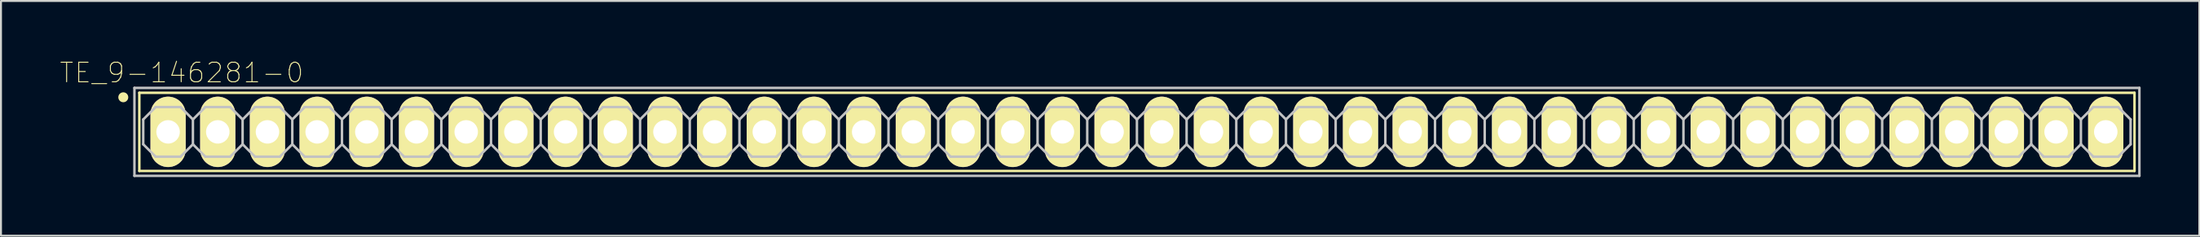
<source format=kicad_pcb>
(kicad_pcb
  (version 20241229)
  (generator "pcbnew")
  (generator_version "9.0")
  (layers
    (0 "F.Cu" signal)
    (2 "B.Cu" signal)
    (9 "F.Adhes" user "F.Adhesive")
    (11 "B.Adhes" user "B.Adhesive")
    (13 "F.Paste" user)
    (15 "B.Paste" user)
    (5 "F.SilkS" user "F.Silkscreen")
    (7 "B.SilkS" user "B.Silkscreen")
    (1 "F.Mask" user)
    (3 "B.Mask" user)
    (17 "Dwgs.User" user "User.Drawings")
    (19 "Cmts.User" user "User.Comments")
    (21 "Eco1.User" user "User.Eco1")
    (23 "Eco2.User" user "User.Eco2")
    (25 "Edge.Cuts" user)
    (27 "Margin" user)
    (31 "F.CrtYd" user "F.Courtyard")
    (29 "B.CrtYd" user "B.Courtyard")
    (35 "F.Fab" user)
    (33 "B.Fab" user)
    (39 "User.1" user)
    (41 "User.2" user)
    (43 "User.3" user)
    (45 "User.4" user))
  (footprint "TE_9-146281-0"
    (layer "F.Cu")
    (at 55.073 3.697)
    (property "Reference" "TE_9-146281-0" (at -48.836 -3.024 0) (layer "F.SilkS") (effects (font (size 1 1) (thickness 0.05))))
    (attr through_hole)
    (fp_line (start -51 -2) (end -51 2) (stroke (width 0.127) (type solid)) (layer "F.SilkS"))
    (fp_line (start -51 2) (end 51 2) (stroke (width 0.127) (type solid)) (layer "F.SilkS"))
    (fp_line (start 51 -2) (end -51 -2) (stroke (width 0.127) (type solid)) (layer "F.SilkS"))
    (fp_line (start 51 2) (end 51 -2) (stroke (width 0.127) (type solid)) (layer "F.SilkS"))
    (fp_circle (center -51.82 -1.77) (end -51.566 -1.77) (stroke (width 0) (type solid)) (fill yes) (layer "F.SilkS"))
    (fp_line (start -51.25 -2.25) (end -51.25 2.25) (stroke (width 0.127) (type solid)) (layer "Dwgs.User"))
    (fp_line (start -51.25 -2.25) (end 51.25 -2.25) (stroke (width 0.127) (type solid)) (layer "Dwgs.User"))
    (fp_line (start -50.8 -0.635) (end -50.8 0.635) (stroke (width 0.127) (type solid)) (layer "Dwgs.User"))
    (fp_line (start -50.8 0.635) (end -50.165 1.27) (stroke (width 0.127) (type solid)) (layer "Dwgs.User"))
    (fp_line (start -50.165 -1.27) (end -50.8 -0.635) (stroke (width 0.127) (type solid)) (layer "Dwgs.User"))
    (fp_line (start -50.165 -1.27) (end -48.895 -1.27) (stroke (width 0.127) (type solid)) (layer "Dwgs.User"))
    (fp_line (start -48.895 -1.27) (end -48.26 -0.635) (stroke (width 0.127) (type solid)) (layer "Dwgs.User"))
    (fp_line (start -48.895 1.27) (end -50.165 1.27) (stroke (width 0.127) (type solid)) (layer "Dwgs.User"))
    (fp_line (start -48.26 -0.635) (end -48.26 0.635) (stroke (width 0.127) (type solid)) (layer "Dwgs.User"))
    (fp_line (start -48.26 -0.635) (end -47.625 -1.27) (stroke (width 0.127) (type solid)) (layer "Dwgs.User"))
    (fp_line (start -48.26 0.635) (end -48.895 1.27) (stroke (width 0.127) (type solid)) (layer "Dwgs.User"))
    (fp_line (start -47.625 -1.27) (end -46.355 -1.27) (stroke (width 0.127) (type solid)) (layer "Dwgs.User"))
    (fp_line (start -47.625 1.27) (end -48.26 0.635) (stroke (width 0.127) (type solid)) (layer "Dwgs.User"))
    (fp_line (start -46.355 -1.27) (end -45.72 -0.635) (stroke (width 0.127) (type solid)) (layer "Dwgs.User"))
    (fp_line (start -46.355 1.27) (end -47.625 1.27) (stroke (width 0.127) (type solid)) (layer "Dwgs.User"))
    (fp_line (start -45.72 -0.635) (end -45.72 0.635) (stroke (width 0.127) (type solid)) (layer "Dwgs.User"))
    (fp_line (start -45.72 -0.635) (end -45.085 -1.27) (stroke (width 0.127) (type solid)) (layer "Dwgs.User"))
    (fp_line (start -45.72 0.635) (end -46.355 1.27) (stroke (width 0.127) (type solid)) (layer "Dwgs.User"))
    (fp_line (start -45.085 -1.27) (end -43.815 -1.27) (stroke (width 0.127) (type solid)) (layer "Dwgs.User"))
    (fp_line (start -45.085 1.27) (end -45.72 0.635) (stroke (width 0.127) (type solid)) (layer "Dwgs.User"))
    (fp_line (start -43.815 -1.27) (end -43.18 -0.635) (stroke (width 0.127) (type solid)) (layer "Dwgs.User"))
    (fp_line (start -43.815 1.27) (end -45.085 1.27) (stroke (width 0.127) (type solid)) (layer "Dwgs.User"))
    (fp_line (start -43.18 -0.635) (end -43.18 0.635) (stroke (width 0.127) (type solid)) (layer "Dwgs.User"))
    (fp_line (start -43.18 0.635) (end -43.815 1.27) (stroke (width 0.127) (type solid)) (layer "Dwgs.User"))
    (fp_line (start -43.18 0.635) (end -42.545 1.27) (stroke (width 0.127) (type solid)) (layer "Dwgs.User"))
    (fp_line (start -42.545 -1.27) (end -43.18 -0.635) (stroke (width 0.127) (type solid)) (layer "Dwgs.User"))
    (fp_line (start -42.545 -1.27) (end -41.275 -1.27) (stroke (width 0.127) (type solid)) (layer "Dwgs.User"))
    (fp_line (start -41.275 -1.27) (end -40.64 -0.635) (stroke (width 0.127) (type solid)) (layer "Dwgs.User"))
    (fp_line (start -41.275 1.27) (end -42.545 1.27) (stroke (width 0.127) (type solid)) (layer "Dwgs.User"))
    (fp_line (start -40.64 -0.635) (end -40.64 0.635) (stroke (width 0.127) (type solid)) (layer "Dwgs.User"))
    (fp_line (start -40.64 -0.635) (end -40.005 -1.27) (stroke (width 0.127) (type solid)) (layer "Dwgs.User"))
    (fp_line (start -40.64 0.635) (end -41.275 1.27) (stroke (width 0.127) (type solid)) (layer "Dwgs.User"))
    (fp_line (start -40.005 -1.27) (end -38.735 -1.27) (stroke (width 0.127) (type solid)) (layer "Dwgs.User"))
    (fp_line (start -40.005 1.27) (end -40.64 0.635) (stroke (width 0.127) (type solid)) (layer "Dwgs.User"))
    (fp_line (start -38.735 -1.27) (end -38.1 -0.635) (stroke (width 0.127) (type solid)) (layer "Dwgs.User"))
    (fp_line (start -38.735 1.27) (end -40.005 1.27) (stroke (width 0.127) (type solid)) (layer "Dwgs.User"))
    (fp_line (start -38.1 -0.635) (end -38.1 0.635) (stroke (width 0.127) (type solid)) (layer "Dwgs.User"))
    (fp_line (start -38.1 -0.635) (end -37.465 -1.27) (stroke (width 0.127) (type solid)) (layer "Dwgs.User"))
    (fp_line (start -38.1 0.635) (end -38.735 1.27) (stroke (width 0.127) (type solid)) (layer "Dwgs.User"))
    (fp_line (start -37.465 -1.27) (end -36.195 -1.27) (stroke (width 0.127) (type solid)) (layer "Dwgs.User"))
    (fp_line (start -37.465 1.27) (end -38.1 0.635) (stroke (width 0.127) (type solid)) (layer "Dwgs.User"))
    (fp_line (start -36.195 -1.27) (end -35.56 -0.635) (stroke (width 0.127) (type solid)) (layer "Dwgs.User"))
    (fp_line (start -36.195 1.27) (end -37.465 1.27) (stroke (width 0.127) (type solid)) (layer "Dwgs.User"))
    (fp_line (start -35.56 -0.635) (end -35.56 0.635) (stroke (width 0.127) (type solid)) (layer "Dwgs.User"))
    (fp_line (start -35.56 0.635) (end -36.195 1.27) (stroke (width 0.127) (type solid)) (layer "Dwgs.User"))
    (fp_line (start -35.56 0.635) (end -34.925 1.27) (stroke (width 0.127) (type solid)) (layer "Dwgs.User"))
    (fp_line (start -34.925 -1.27) (end -35.56 -0.635) (stroke (width 0.127) (type solid)) (layer "Dwgs.User"))
    (fp_line (start -34.925 -1.27) (end -33.655 -1.27) (stroke (width 0.127) (type solid)) (layer "Dwgs.User"))
    (fp_line (start -33.655 -1.27) (end -33.02 -0.635) (stroke (width 0.127) (type solid)) (layer "Dwgs.User"))
    (fp_line (start -33.655 1.27) (end -34.925 1.27) (stroke (width 0.127) (type solid)) (layer "Dwgs.User"))
    (fp_line (start -33.02 -0.635) (end -33.02 0.635) (stroke (width 0.127) (type solid)) (layer "Dwgs.User"))
    (fp_line (start -33.02 -0.635) (end -32.385 -1.27) (stroke (width 0.127) (type solid)) (layer "Dwgs.User"))
    (fp_line (start -33.02 0.635) (end -33.655 1.27) (stroke (width 0.127) (type solid)) (layer "Dwgs.User"))
    (fp_line (start -32.385 -1.27) (end -31.115 -1.27) (stroke (width 0.127) (type solid)) (layer "Dwgs.User"))
    (fp_line (start -32.385 1.27) (end -33.02 0.635) (stroke (width 0.127) (type solid)) (layer "Dwgs.User"))
    (fp_line (start -31.115 -1.27) (end -30.48 -0.635) (stroke (width 0.127) (type solid)) (layer "Dwgs.User"))
    (fp_line (start -31.115 1.27) (end -32.385 1.27) (stroke (width 0.127) (type solid)) (layer "Dwgs.User"))
    (fp_line (start -30.48 -0.635) (end -30.48 0.635) (stroke (width 0.127) (type solid)) (layer "Dwgs.User"))
    (fp_line (start -30.48 -0.635) (end -29.845 -1.27) (stroke (width 0.127) (type solid)) (layer "Dwgs.User"))
    (fp_line (start -30.48 0.635) (end -31.115 1.27) (stroke (width 0.127) (type solid)) (layer "Dwgs.User"))
    (fp_line (start -29.845 -1.27) (end -28.575 -1.27) (stroke (width 0.127) (type solid)) (layer "Dwgs.User"))
    (fp_line (start -29.845 1.27) (end -30.48 0.635) (stroke (width 0.127) (type solid)) (layer "Dwgs.User"))
    (fp_line (start -28.575 -1.27) (end -27.94 -0.635) (stroke (width 0.127) (type solid)) (layer "Dwgs.User"))
    (fp_line (start -28.575 1.27) (end -29.845 1.27) (stroke (width 0.127) (type solid)) (layer "Dwgs.User"))
    (fp_line (start -27.94 -0.635) (end -27.94 0.635) (stroke (width 0.127) (type solid)) (layer "Dwgs.User"))
    (fp_line (start -27.94 0.635) (end -28.575 1.27) (stroke (width 0.127) (type solid)) (layer "Dwgs.User"))
    (fp_line (start -27.94 0.635) (end -27.305 1.27) (stroke (width 0.127) (type solid)) (layer "Dwgs.User"))
    (fp_line (start -27.305 -1.27) (end -27.94 -0.635) (stroke (width 0.127) (type solid)) (layer "Dwgs.User"))
    (fp_line (start -27.305 -1.27) (end -26.035 -1.27) (stroke (width 0.127) (type solid)) (layer "Dwgs.User"))
    (fp_line (start -26.035 -1.27) (end -25.4 -0.635) (stroke (width 0.127) (type solid)) (layer "Dwgs.User"))
    (fp_line (start -26.035 1.27) (end -27.305 1.27) (stroke (width 0.127) (type solid)) (layer "Dwgs.User"))
    (fp_line (start -25.4 -0.635) (end -25.4 0.635) (stroke (width 0.127) (type solid)) (layer "Dwgs.User"))
    (fp_line (start -25.4 -0.635) (end -24.765 -1.27) (stroke (width 0.127) (type solid)) (layer "Dwgs.User"))
    (fp_line (start -25.4 0.635) (end -26.035 1.27) (stroke (width 0.127) (type solid)) (layer "Dwgs.User"))
    (fp_line (start -24.765 -1.27) (end -23.495 -1.27) (stroke (width 0.127) (type solid)) (layer "Dwgs.User"))
    (fp_line (start -24.765 1.27) (end -25.4 0.635) (stroke (width 0.127) (type solid)) (layer "Dwgs.User"))
    (fp_line (start -23.495 -1.27) (end -22.86 -0.635) (stroke (width 0.127) (type solid)) (layer "Dwgs.User"))
    (fp_line (start -23.495 1.27) (end -24.765 1.27) (stroke (width 0.127) (type solid)) (layer "Dwgs.User"))
    (fp_line (start -22.86 -0.635) (end -22.86 0.635) (stroke (width 0.127) (type solid)) (layer "Dwgs.User"))
    (fp_line (start -22.86 -0.635) (end -22.225 -1.27) (stroke (width 0.127) (type solid)) (layer "Dwgs.User"))
    (fp_line (start -22.86 0.635) (end -23.495 1.27) (stroke (width 0.127) (type solid)) (layer "Dwgs.User"))
    (fp_line (start -22.225 -1.27) (end -20.955 -1.27) (stroke (width 0.127) (type solid)) (layer "Dwgs.User"))
    (fp_line (start -22.225 1.27) (end -22.86 0.635) (stroke (width 0.127) (type solid)) (layer "Dwgs.User"))
    (fp_line (start -20.955 -1.27) (end -20.32 -0.635) (stroke (width 0.127) (type solid)) (layer "Dwgs.User"))
    (fp_line (start -20.955 1.27) (end -22.225 1.27) (stroke (width 0.127) (type solid)) (layer "Dwgs.User"))
    (fp_line (start -20.32 -0.635) (end -20.32 0.635) (stroke (width 0.127) (type solid)) (layer "Dwgs.User"))
    (fp_line (start -20.32 0.635) (end -20.955 1.27) (stroke (width 0.127) (type solid)) (layer "Dwgs.User"))
    (fp_line (start -20.32 0.635) (end -19.685 1.27) (stroke (width 0.127) (type solid)) (layer "Dwgs.User"))
    (fp_line (start -19.685 -1.27) (end -20.32 -0.635) (stroke (width 0.127) (type solid)) (layer "Dwgs.User"))
    (fp_line (start -19.685 -1.27) (end -18.415 -1.27) (stroke (width 0.127) (type solid)) (layer "Dwgs.User"))
    (fp_line (start -18.415 -1.27) (end -17.78 -0.635) (stroke (width 0.127) (type solid)) (layer "Dwgs.User"))
    (fp_line (start -18.415 1.27) (end -19.685 1.27) (stroke (width 0.127) (type solid)) (layer "Dwgs.User"))
    (fp_line (start -17.78 -0.635) (end -17.78 0.635) (stroke (width 0.127) (type solid)) (layer "Dwgs.User"))
    (fp_line (start -17.78 -0.635) (end -17.145 -1.27) (stroke (width 0.127) (type solid)) (layer "Dwgs.User"))
    (fp_line (start -17.78 0.635) (end -18.415 1.27) (stroke (width 0.127) (type solid)) (layer "Dwgs.User"))
    (fp_line (start -17.145 -1.27) (end -15.875 -1.27) (stroke (width 0.127) (type solid)) (layer "Dwgs.User"))
    (fp_line (start -17.145 1.27) (end -17.78 0.635) (stroke (width 0.127) (type solid)) (layer "Dwgs.User"))
    (fp_line (start -15.875 -1.27) (end -15.24 -0.635) (stroke (width 0.127) (type solid)) (layer "Dwgs.User"))
    (fp_line (start -15.875 1.27) (end -17.145 1.27) (stroke (width 0.127) (type solid)) (layer "Dwgs.User"))
    (fp_line (start -15.24 -0.635) (end -15.24 0.635) (stroke (width 0.127) (type solid)) (layer "Dwgs.User"))
    (fp_line (start -15.24 -0.635) (end -14.605 -1.27) (stroke (width 0.127) (type solid)) (layer "Dwgs.User"))
    (fp_line (start -15.24 0.635) (end -15.875 1.27) (stroke (width 0.127) (type solid)) (layer "Dwgs.User"))
    (fp_line (start -14.605 -1.27) (end -13.335 -1.27) (stroke (width 0.127) (type solid)) (layer "Dwgs.User"))
    (fp_line (start -14.605 1.27) (end -15.24 0.635) (stroke (width 0.127) (type solid)) (layer "Dwgs.User"))
    (fp_line (start -13.335 -1.27) (end -12.7 -0.635) (stroke (width 0.127) (type solid)) (layer "Dwgs.User"))
    (fp_line (start -13.335 1.27) (end -14.605 1.27) (stroke (width 0.127) (type solid)) (layer "Dwgs.User"))
    (fp_line (start -12.7 -0.635) (end -12.7 0.635) (stroke (width 0.127) (type solid)) (layer "Dwgs.User"))
    (fp_line (start -12.7 0.635) (end -13.335 1.27) (stroke (width 0.127) (type solid)) (layer "Dwgs.User"))
    (fp_line (start -12.7 0.635) (end -12.065 1.27) (stroke (width 0.127) (type solid)) (layer "Dwgs.User"))
    (fp_line (start -12.065 -1.27) (end -12.7 -0.635) (stroke (width 0.127) (type solid)) (layer "Dwgs.User"))
    (fp_line (start -12.065 -1.27) (end -10.795 -1.27) (stroke (width 0.127) (type solid)) (layer "Dwgs.User"))
    (fp_line (start -10.795 -1.27) (end -10.16 -0.635) (stroke (width 0.127) (type solid)) (layer "Dwgs.User"))
    (fp_line (start -10.795 1.27) (end -12.065 1.27) (stroke (width 0.127) (type solid)) (layer "Dwgs.User"))
    (fp_line (start -10.16 -0.635) (end -10.16 0.635) (stroke (width 0.127) (type solid)) (layer "Dwgs.User"))
    (fp_line (start -10.16 -0.635) (end -9.525 -1.27) (stroke (width 0.127) (type solid)) (layer "Dwgs.User"))
    (fp_line (start -10.16 0.635) (end -10.795 1.27) (stroke (width 0.127) (type solid)) (layer "Dwgs.User"))
    (fp_line (start -9.525 -1.27) (end -8.255 -1.27) (stroke (width 0.127) (type solid)) (layer "Dwgs.User"))
    (fp_line (start -9.525 1.27) (end -10.16 0.635) (stroke (width 0.127) (type solid)) (layer "Dwgs.User"))
    (fp_line (start -8.255 -1.27) (end -7.62 -0.635) (stroke (width 0.127) (type solid)) (layer "Dwgs.User"))
    (fp_line (start -8.255 1.27) (end -9.525 1.27) (stroke (width 0.127) (type solid)) (layer "Dwgs.User"))
    (fp_line (start -7.62 -0.635) (end -7.62 0.635) (stroke (width 0.127) (type solid)) (layer "Dwgs.User"))
    (fp_line (start -7.62 -0.635) (end -6.985 -1.27) (stroke (width 0.127) (type solid)) (layer "Dwgs.User"))
    (fp_line (start -7.62 0.635) (end -8.255 1.27) (stroke (width 0.127) (type solid)) (layer "Dwgs.User"))
    (fp_line (start -6.985 -1.27) (end -5.715 -1.27) (stroke (width 0.127) (type solid)) (layer "Dwgs.User"))
    (fp_line (start -6.985 1.27) (end -7.62 0.635) (stroke (width 0.127) (type solid)) (layer "Dwgs.User"))
    (fp_line (start -5.715 -1.27) (end -5.08 -0.635) (stroke (width 0.127) (type solid)) (layer "Dwgs.User"))
    (fp_line (start -5.715 1.27) (end -6.985 1.27) (stroke (width 0.127) (type solid)) (layer "Dwgs.User"))
    (fp_line (start -5.08 -0.635) (end -5.08 0.635) (stroke (width 0.127) (type solid)) (layer "Dwgs.User"))
    (fp_line (start -5.08 0.635) (end -5.715 1.27) (stroke (width 0.127) (type solid)) (layer "Dwgs.User"))
    (fp_line (start -5.08 0.635) (end -4.445 1.27) (stroke (width 0.127) (type solid)) (layer "Dwgs.User"))
    (fp_line (start -4.445 -1.27) (end -5.08 -0.635) (stroke (width 0.127) (type solid)) (layer "Dwgs.User"))
    (fp_line (start -4.445 -1.27) (end -3.175 -1.27) (stroke (width 0.127) (type solid)) (layer "Dwgs.User"))
    (fp_line (start -3.175 -1.27) (end -2.54 -0.635) (stroke (width 0.127) (type solid)) (layer "Dwgs.User"))
    (fp_line (start -3.175 1.27) (end -4.445 1.27) (stroke (width 0.127) (type solid)) (layer "Dwgs.User"))
    (fp_line (start -2.54 -0.635) (end -2.54 0.635) (stroke (width 0.127) (type solid)) (layer "Dwgs.User"))
    (fp_line (start -2.54 0.635) (end -3.175 1.27) (stroke (width 0.127) (type solid)) (layer "Dwgs.User"))
    (fp_line (start -2.54 0.635) (end -1.905 1.27) (stroke (width 0.127) (type solid)) (layer "Dwgs.User"))
    (fp_line (start -1.905 -1.27) (end -2.54 -0.635) (stroke (width 0.127) (type solid)) (layer "Dwgs.User"))
    (fp_line (start -1.905 -1.27) (end -0.635 -1.27) (stroke (width 0.127) (type solid)) (layer "Dwgs.User"))
    (fp_line (start -0.635 -1.27) (end 0 -0.635) (stroke (width 0.127) (type solid)) (layer "Dwgs.User"))
    (fp_line (start -0.635 1.27) (end -1.905 1.27) (stroke (width 0.127) (type solid)) (layer "Dwgs.User"))
    (fp_line (start 0 -0.635) (end 0 0.635) (stroke (width 0.127) (type solid)) (layer "Dwgs.User"))
    (fp_line (start 0 0.635) (end -0.635 1.27) (stroke (width 0.127) (type solid)) (layer "Dwgs.User"))
    (fp_line (start 0 0.635) (end 0.635 1.27) (stroke (width 0.127) (type solid)) (layer "Dwgs.User"))
    (fp_line (start 0.635 -1.27) (end 0 -0.635) (stroke (width 0.127) (type solid)) (layer "Dwgs.User"))
    (fp_line (start 0.635 -1.27) (end 1.905 -1.27) (stroke (width 0.127) (type solid)) (layer "Dwgs.User"))
    (fp_line (start 1.905 -1.27) (end 2.54 -0.635) (stroke (width 0.127) (type solid)) (layer "Dwgs.User"))
    (fp_line (start 1.905 1.27) (end 0.635 1.27) (stroke (width 0.127) (type solid)) (layer "Dwgs.User"))
    (fp_line (start 2.54 -0.635) (end 2.54 0.635) (stroke (width 0.127) (type solid)) (layer "Dwgs.User"))
    (fp_line (start 2.54 0.635) (end 1.905 1.27) (stroke (width 0.127) (type solid)) (layer "Dwgs.User"))
    (fp_line (start 2.54 0.635) (end 3.175 1.27) (stroke (width 0.127) (type solid)) (layer "Dwgs.User"))
    (fp_line (start 3.175 -1.27) (end 2.54 -0.635) (stroke (width 0.127) (type solid)) (layer "Dwgs.User"))
    (fp_line (start 3.175 -1.27) (end 4.445 -1.27) (stroke (width 0.127) (type solid)) (layer "Dwgs.User"))
    (fp_line (start 4.445 -1.27) (end 5.08 -0.635) (stroke (width 0.127) (type solid)) (layer "Dwgs.User"))
    (fp_line (start 4.445 1.27) (end 3.175 1.27) (stroke (width 0.127) (type solid)) (layer "Dwgs.User"))
    (fp_line (start 5.08 -0.635) (end 5.08 0.635) (stroke (width 0.127) (type solid)) (layer "Dwgs.User"))
    (fp_line (start 5.08 0.635) (end 4.445 1.27) (stroke (width 0.127) (type solid)) (layer "Dwgs.User"))
    (fp_line (start 5.08 0.635) (end 5.715 1.27) (stroke (width 0.127) (type solid)) (layer "Dwgs.User"))
    (fp_line (start 5.715 -1.27) (end 5.08 -0.635) (stroke (width 0.127) (type solid)) (layer "Dwgs.User"))
    (fp_line (start 5.715 -1.27) (end 6.985 -1.27) (stroke (width 0.127) (type solid)) (layer "Dwgs.User"))
    (fp_line (start 6.985 -1.27) (end 7.62 -0.635) (stroke (width 0.127) (type solid)) (layer "Dwgs.User"))
    (fp_line (start 6.985 1.27) (end 5.715 1.27) (stroke (width 0.127) (type solid)) (layer "Dwgs.User"))
    (fp_line (start 7.62 -0.635) (end 7.62 0.635) (stroke (width 0.127) (type solid)) (layer "Dwgs.User"))
    (fp_line (start 7.62 0.635) (end 6.985 1.27) (stroke (width 0.127) (type solid)) (layer "Dwgs.User"))
    (fp_line (start 7.62 0.635) (end 8.255 1.27) (stroke (width 0.127) (type solid)) (layer "Dwgs.User"))
    (fp_line (start 8.255 -1.27) (end 7.62 -0.635) (stroke (width 0.127) (type solid)) (layer "Dwgs.User"))
    (fp_line (start 8.255 -1.27) (end 9.525 -1.27) (stroke (width 0.127) (type solid)) (layer "Dwgs.User"))
    (fp_line (start 9.525 -1.27) (end 10.16 -0.635) (stroke (width 0.127) (type solid)) (layer "Dwgs.User"))
    (fp_line (start 9.525 1.27) (end 8.255 1.27) (stroke (width 0.127) (type solid)) (layer "Dwgs.User"))
    (fp_line (start 10.16 -0.635) (end 10.16 0.635) (stroke (width 0.127) (type solid)) (layer "Dwgs.User"))
    (fp_line (start 10.16 0.635) (end 9.525 1.27) (stroke (width 0.127) (type solid)) (layer "Dwgs.User"))
    (fp_line (start 10.16 0.635) (end 10.795 1.27) (stroke (width 0.127) (type solid)) (layer "Dwgs.User"))
    (fp_line (start 10.795 -1.27) (end 10.16 -0.635) (stroke (width 0.127) (type solid)) (layer "Dwgs.User"))
    (fp_line (start 10.795 -1.27) (end 12.065 -1.27) (stroke (width 0.127) (type solid)) (layer "Dwgs.User"))
    (fp_line (start 12.065 -1.27) (end 12.7 -0.635) (stroke (width 0.127) (type solid)) (layer "Dwgs.User"))
    (fp_line (start 12.065 1.27) (end 10.795 1.27) (stroke (width 0.127) (type solid)) (layer "Dwgs.User"))
    (fp_line (start 12.7 -0.635) (end 12.7 0.635) (stroke (width 0.127) (type solid)) (layer "Dwgs.User"))
    (fp_line (start 12.7 0.635) (end 12.065 1.27) (stroke (width 0.127) (type solid)) (layer "Dwgs.User"))
    (fp_line (start 12.7 0.635) (end 13.335 1.27) (stroke (width 0.127) (type solid)) (layer "Dwgs.User"))
    (fp_line (start 13.335 -1.27) (end 12.7 -0.635) (stroke (width 0.127) (type solid)) (layer "Dwgs.User"))
    (fp_line (start 13.335 -1.27) (end 14.605 -1.27) (stroke (width 0.127) (type solid)) (layer "Dwgs.User"))
    (fp_line (start 14.605 -1.27) (end 15.24 -0.635) (stroke (width 0.127) (type solid)) (layer "Dwgs.User"))
    (fp_line (start 14.605 1.27) (end 13.335 1.27) (stroke (width 0.127) (type solid)) (layer "Dwgs.User"))
    (fp_line (start 15.24 -0.635) (end 15.24 0.635) (stroke (width 0.127) (type solid)) (layer "Dwgs.User"))
    (fp_line (start 15.24 0.635) (end 14.605 1.27) (stroke (width 0.127) (type solid)) (layer "Dwgs.User"))
    (fp_line (start 15.24 0.635) (end 15.875 1.27) (stroke (width 0.127) (type solid)) (layer "Dwgs.User"))
    (fp_line (start 15.875 -1.27) (end 15.24 -0.635) (stroke (width 0.127) (type solid)) (layer "Dwgs.User"))
    (fp_line (start 15.875 -1.27) (end 17.145 -1.27) (stroke (width 0.127) (type solid)) (layer "Dwgs.User"))
    (fp_line (start 17.145 -1.27) (end 17.78 -0.635) (stroke (width 0.127) (type solid)) (layer "Dwgs.User"))
    (fp_line (start 17.145 1.27) (end 15.875 1.27) (stroke (width 0.127) (type solid)) (layer "Dwgs.User"))
    (fp_line (start 17.78 -0.635) (end 17.78 0.635) (stroke (width 0.127) (type solid)) (layer "Dwgs.User"))
    (fp_line (start 17.78 0.635) (end 17.145 1.27) (stroke (width 0.127) (type solid)) (layer "Dwgs.User"))
    (fp_line (start 17.78 0.635) (end 18.415 1.27) (stroke (width 0.127) (type solid)) (layer "Dwgs.User"))
    (fp_line (start 18.415 -1.27) (end 17.78 -0.635) (stroke (width 0.127) (type solid)) (layer "Dwgs.User"))
    (fp_line (start 18.415 -1.27) (end 19.685 -1.27) (stroke (width 0.127) (type solid)) (layer "Dwgs.User"))
    (fp_line (start 19.685 -1.27) (end 20.32 -0.635) (stroke (width 0.127) (type solid)) (layer "Dwgs.User"))
    (fp_line (start 19.685 1.27) (end 18.415 1.27) (stroke (width 0.127) (type solid)) (layer "Dwgs.User"))
    (fp_line (start 20.32 -0.635) (end 20.32 0.635) (stroke (width 0.127) (type solid)) (layer "Dwgs.User"))
    (fp_line (start 20.32 0.635) (end 19.685 1.27) (stroke (width 0.127) (type solid)) (layer "Dwgs.User"))
    (fp_line (start 20.32 0.635) (end 20.955 1.27) (stroke (width 0.127) (type solid)) (layer "Dwgs.User"))
    (fp_line (start 20.955 -1.27) (end 20.32 -0.635) (stroke (width 0.127) (type solid)) (layer "Dwgs.User"))
    (fp_line (start 20.955 -1.27) (end 22.225 -1.27) (stroke (width 0.127) (type solid)) (layer "Dwgs.User"))
    (fp_line (start 22.225 -1.27) (end 22.86 -0.635) (stroke (width 0.127) (type solid)) (layer "Dwgs.User"))
    (fp_line (start 22.225 1.27) (end 20.955 1.27) (stroke (width 0.127) (type solid)) (layer "Dwgs.User"))
    (fp_line (start 22.86 -0.635) (end 22.86 0.635) (stroke (width 0.127) (type solid)) (layer "Dwgs.User"))
    (fp_line (start 22.86 0.635) (end 22.225 1.27) (stroke (width 0.127) (type solid)) (layer "Dwgs.User"))
    (fp_line (start 22.86 0.635) (end 23.495 1.27) (stroke (width 0.127) (type solid)) (layer "Dwgs.User"))
    (fp_line (start 23.495 -1.27) (end 22.86 -0.635) (stroke (width 0.127) (type solid)) (layer "Dwgs.User"))
    (fp_line (start 23.495 -1.27) (end 24.765 -1.27) (stroke (width 0.127) (type solid)) (layer "Dwgs.User"))
    (fp_line (start 24.765 -1.27) (end 25.4 -0.635) (stroke (width 0.127) (type solid)) (layer "Dwgs.User"))
    (fp_line (start 24.765 1.27) (end 23.495 1.27) (stroke (width 0.127) (type solid)) (layer "Dwgs.User"))
    (fp_line (start 25.4 -0.635) (end 25.4 0.635) (stroke (width 0.127) (type solid)) (layer "Dwgs.User"))
    (fp_line (start 25.4 0.635) (end 24.765 1.27) (stroke (width 0.127) (type solid)) (layer "Dwgs.User"))
    (fp_line (start 25.4 0.635) (end 26.035 1.27) (stroke (width 0.127) (type solid)) (layer "Dwgs.User"))
    (fp_line (start 26.035 -1.27) (end 25.4 -0.635) (stroke (width 0.127) (type solid)) (layer "Dwgs.User"))
    (fp_line (start 26.035 -1.27) (end 27.305 -1.27) (stroke (width 0.127) (type solid)) (layer "Dwgs.User"))
    (fp_line (start 27.305 -1.27) (end 27.94 -0.635) (stroke (width 0.127) (type solid)) (layer "Dwgs.User"))
    (fp_line (start 27.305 1.27) (end 26.035 1.27) (stroke (width 0.127) (type solid)) (layer "Dwgs.User"))
    (fp_line (start 27.94 -0.635) (end 27.94 0.635) (stroke (width 0.127) (type solid)) (layer "Dwgs.User"))
    (fp_line (start 27.94 -0.635) (end 28.575 -1.27) (stroke (width 0.127) (type solid)) (layer "Dwgs.User"))
    (fp_line (start 27.94 0.635) (end 27.305 1.27) (stroke (width 0.127) (type solid)) (layer "Dwgs.User"))
    (fp_line (start 28.575 -1.27) (end 29.845 -1.27) (stroke (width 0.127) (type solid)) (layer "Dwgs.User"))
    (fp_line (start 28.575 1.27) (end 27.94 0.635) (stroke (width 0.127) (type solid)) (layer "Dwgs.User"))
    (fp_line (start 29.845 -1.27) (end 30.48 -0.635) (stroke (width 0.127) (type solid)) (layer "Dwgs.User"))
    (fp_line (start 29.845 1.27) (end 28.575 1.27) (stroke (width 0.127) (type solid)) (layer "Dwgs.User"))
    (fp_line (start 30.48 -0.635) (end 30.48 0.635) (stroke (width 0.127) (type solid)) (layer "Dwgs.User"))
    (fp_line (start 30.48 -0.635) (end 31.115 -1.27) (stroke (width 0.127) (type solid)) (layer "Dwgs.User"))
    (fp_line (start 30.48 0.635) (end 29.845 1.27) (stroke (width 0.127) (type solid)) (layer "Dwgs.User"))
    (fp_line (start 31.115 -1.27) (end 32.385 -1.27) (stroke (width 0.127) (type solid)) (layer "Dwgs.User"))
    (fp_line (start 31.115 1.27) (end 30.48 0.635) (stroke (width 0.127) (type solid)) (layer "Dwgs.User"))
    (fp_line (start 32.385 -1.27) (end 33.02 -0.635) (stroke (width 0.127) (type solid)) (layer "Dwgs.User"))
    (fp_line (start 32.385 1.27) (end 31.115 1.27) (stroke (width 0.127) (type solid)) (layer "Dwgs.User"))
    (fp_line (start 33.02 -0.635) (end 33.02 0.635) (stroke (width 0.127) (type solid)) (layer "Dwgs.User"))
    (fp_line (start 33.02 0.635) (end 32.385 1.27) (stroke (width 0.127) (type solid)) (layer "Dwgs.User"))
    (fp_line (start 33.02 0.635) (end 33.655 1.27) (stroke (width 0.127) (type solid)) (layer "Dwgs.User"))
    (fp_line (start 33.655 -1.27) (end 33.02 -0.635) (stroke (width 0.127) (type solid)) (layer "Dwgs.User"))
    (fp_line (start 33.655 -1.27) (end 34.925 -1.27) (stroke (width 0.127) (type solid)) (layer "Dwgs.User"))
    (fp_line (start 34.925 -1.27) (end 35.56 -0.635) (stroke (width 0.127) (type solid)) (layer "Dwgs.User"))
    (fp_line (start 34.925 1.27) (end 33.655 1.27) (stroke (width 0.127) (type solid)) (layer "Dwgs.User"))
    (fp_line (start 35.56 -0.635) (end 35.56 0.635) (stroke (width 0.127) (type solid)) (layer "Dwgs.User"))
    (fp_line (start 35.56 -0.635) (end 36.195 -1.27) (stroke (width 0.127) (type solid)) (layer "Dwgs.User"))
    (fp_line (start 35.56 0.635) (end 34.925 1.27) (stroke (width 0.127) (type solid)) (layer "Dwgs.User"))
    (fp_line (start 36.195 -1.27) (end 37.465 -1.27) (stroke (width 0.127) (type solid)) (layer "Dwgs.User"))
    (fp_line (start 36.195 1.27) (end 35.56 0.635) (stroke (width 0.127) (type solid)) (layer "Dwgs.User"))
    (fp_line (start 37.465 -1.27) (end 38.1 -0.635) (stroke (width 0.127) (type solid)) (layer "Dwgs.User"))
    (fp_line (start 37.465 1.27) (end 36.195 1.27) (stroke (width 0.127) (type solid)) (layer "Dwgs.User"))
    (fp_line (start 38.1 -0.635) (end 38.1 0.635) (stroke (width 0.127) (type solid)) (layer "Dwgs.User"))
    (fp_line (start 38.1 -0.635) (end 38.735 -1.27) (stroke (width 0.127) (type solid)) (layer "Dwgs.User"))
    (fp_line (start 38.1 0.635) (end 37.465 1.27) (stroke (width 0.127) (type solid)) (layer "Dwgs.User"))
    (fp_line (start 38.735 -1.27) (end 40.005 -1.27) (stroke (width 0.127) (type solid)) (layer "Dwgs.User"))
    (fp_line (start 38.735 1.27) (end 38.1 0.635) (stroke (width 0.127) (type solid)) (layer "Dwgs.User"))
    (fp_line (start 40.005 -1.27) (end 40.64 -0.635) (stroke (width 0.127) (type solid)) (layer "Dwgs.User"))
    (fp_line (start 40.005 1.27) (end 38.735 1.27) (stroke (width 0.127) (type solid)) (layer "Dwgs.User"))
    (fp_line (start 40.64 -0.635) (end 40.64 0.635) (stroke (width 0.127) (type solid)) (layer "Dwgs.User"))
    (fp_line (start 40.64 0.635) (end 40.005 1.27) (stroke (width 0.127) (type solid)) (layer "Dwgs.User"))
    (fp_line (start 40.64 0.635) (end 41.275 1.27) (stroke (width 0.127) (type solid)) (layer "Dwgs.User"))
    (fp_line (start 41.275 -1.27) (end 40.64 -0.635) (stroke (width 0.127) (type solid)) (layer "Dwgs.User"))
    (fp_line (start 41.275 -1.27) (end 42.545 -1.27) (stroke (width 0.127) (type solid)) (layer "Dwgs.User"))
    (fp_line (start 42.545 -1.27) (end 43.18 -0.635) (stroke (width 0.127) (type solid)) (layer "Dwgs.User"))
    (fp_line (start 42.545 1.27) (end 41.275 1.27) (stroke (width 0.127) (type solid)) (layer "Dwgs.User"))
    (fp_line (start 43.18 -0.635) (end 43.18 0.635) (stroke (width 0.127) (type solid)) (layer "Dwgs.User"))
    (fp_line (start 43.18 -0.635) (end 43.815 -1.27) (stroke (width 0.127) (type solid)) (layer "Dwgs.User"))
    (fp_line (start 43.18 0.635) (end 42.545 1.27) (stroke (width 0.127) (type solid)) (layer "Dwgs.User"))
    (fp_line (start 43.815 -1.27) (end 45.085 -1.27) (stroke (width 0.127) (type solid)) (layer "Dwgs.User"))
    (fp_line (start 43.815 1.27) (end 43.18 0.635) (stroke (width 0.127) (type solid)) (layer "Dwgs.User"))
    (fp_line (start 45.085 -1.27) (end 45.72 -0.635) (stroke (width 0.127) (type solid)) (layer "Dwgs.User"))
    (fp_line (start 45.085 1.27) (end 43.815 1.27) (stroke (width 0.127) (type solid)) (layer "Dwgs.User"))
    (fp_line (start 45.72 -0.635) (end 45.72 0.635) (stroke (width 0.127) (type solid)) (layer "Dwgs.User"))
    (fp_line (start 45.72 -0.635) (end 46.355 -1.27) (stroke (width 0.127) (type solid)) (layer "Dwgs.User"))
    (fp_line (start 45.72 0.635) (end 45.085 1.27) (stroke (width 0.127) (type solid)) (layer "Dwgs.User"))
    (fp_line (start 46.355 -1.27) (end 47.625 -1.27) (stroke (width 0.127) (type solid)) (layer "Dwgs.User"))
    (fp_line (start 46.355 1.27) (end 45.72 0.635) (stroke (width 0.127) (type solid)) (layer "Dwgs.User"))
    (fp_line (start 47.625 -1.27) (end 48.26 -0.635) (stroke (width 0.127) (type solid)) (layer "Dwgs.User"))
    (fp_line (start 47.625 1.27) (end 46.355 1.27) (stroke (width 0.127) (type solid)) (layer "Dwgs.User"))
    (fp_line (start 48.26 -0.635) (end 48.26 0.635) (stroke (width 0.127) (type solid)) (layer "Dwgs.User"))
    (fp_line (start 48.26 0.635) (end 47.625 1.27) (stroke (width 0.127) (type solid)) (layer "Dwgs.User"))
    (fp_line (start 48.26 0.635) (end 48.895 1.27) (stroke (width 0.127) (type solid)) (layer "Dwgs.User"))
    (fp_line (start 48.895 -1.27) (end 48.26 -0.635) (stroke (width 0.127) (type solid)) (layer "Dwgs.User"))
    (fp_line (start 48.895 -1.27) (end 50.165 -1.27) (stroke (width 0.127) (type solid)) (layer "Dwgs.User"))
    (fp_line (start 50.165 -1.27) (end 50.8 -0.635) (stroke (width 0.127) (type solid)) (layer "Dwgs.User"))
    (fp_line (start 50.165 1.27) (end 48.895 1.27) (stroke (width 0.127) (type solid)) (layer "Dwgs.User"))
    (fp_line (start 50.8 -0.635) (end 50.8 0.635) (stroke (width 0.127) (type solid)) (layer "Dwgs.User"))
    (fp_line (start 50.8 0.635) (end 50.165 1.27) (stroke (width 0.127) (type solid)) (layer "Dwgs.User"))
    (fp_line (start 51.25 -2.25) (end 51.25 2.25) (stroke (width 0.127) (type solid)) (layer "Dwgs.User"))
    (fp_line (start 51.25 2.25) (end -51.25 2.25) (stroke (width 0.127) (type solid)) (layer "Dwgs.User"))
    (fp_poly (pts (xy -49.784 -0.254) (xy -49.276 -0.254) (xy -49.276 0.254) (xy -49.784 0.254)) (stroke (width 0.381) (type solid)) (fill no) (layer "Dwgs.User"))
    (fp_poly (pts (xy -47.244 -0.254) (xy -46.736 -0.254) (xy -46.736 0.254) (xy -47.244 0.254)) (stroke (width 0.381) (type solid)) (fill no) (layer "Dwgs.User"))
    (fp_poly (pts (xy -44.704 -0.254) (xy -44.196 -0.254) (xy -44.196 0.254) (xy -44.704 0.254)) (stroke (width 0.381) (type solid)) (fill no) (layer "Dwgs.User"))
    (fp_poly (pts (xy -42.164 -0.254) (xy -41.656 -0.254) (xy -41.656 0.254) (xy -42.164 0.254)) (stroke (width 0.381) (type solid)) (fill no) (layer "Dwgs.User"))
    (fp_poly (pts (xy -39.624 -0.254) (xy -39.116 -0.254) (xy -39.116 0.254) (xy -39.624 0.254)) (stroke (width 0.381) (type solid)) (fill no) (layer "Dwgs.User"))
    (fp_poly (pts (xy -37.084 -0.254) (xy -36.576 -0.254) (xy -36.576 0.254) (xy -37.084 0.254)) (stroke (width 0.381) (type solid)) (fill no) (layer "Dwgs.User"))
    (fp_poly (pts (xy -34.544 -0.254) (xy -34.036 -0.254) (xy -34.036 0.254) (xy -34.544 0.254)) (stroke (width 0.381) (type solid)) (fill no) (layer "Dwgs.User"))
    (fp_poly (pts (xy -32.004 -0.254) (xy -31.496 -0.254) (xy -31.496 0.254) (xy -32.004 0.254)) (stroke (width 0.381) (type solid)) (fill no) (layer "Dwgs.User"))
    (fp_poly (pts (xy -29.464 -0.254) (xy -28.956 -0.254) (xy -28.956 0.254) (xy -29.464 0.254)) (stroke (width 0.381) (type solid)) (fill no) (layer "Dwgs.User"))
    (fp_poly (pts (xy -26.924 -0.254) (xy -26.416 -0.254) (xy -26.416 0.254) (xy -26.924 0.254)) (stroke (width 0.381) (type solid)) (fill no) (layer "Dwgs.User"))
    (fp_poly (pts (xy -24.384 -0.254) (xy -23.876 -0.254) (xy -23.876 0.254) (xy -24.384 0.254)) (stroke (width 0.381) (type solid)) (fill no) (layer "Dwgs.User"))
    (fp_poly (pts (xy -21.844 -0.254) (xy -21.336 -0.254) (xy -21.336 0.254) (xy -21.844 0.254)) (stroke (width 0.381) (type solid)) (fill no) (layer "Dwgs.User"))
    (fp_poly (pts (xy -19.304 -0.254) (xy -18.796 -0.254) (xy -18.796 0.254) (xy -19.304 0.254)) (stroke (width 0.381) (type solid)) (fill no) (layer "Dwgs.User"))
    (fp_poly (pts (xy -16.764 -0.254) (xy -16.256 -0.254) (xy -16.256 0.254) (xy -16.764 0.254)) (stroke (width 0.381) (type solid)) (fill no) (layer "Dwgs.User"))
    (fp_poly (pts (xy -14.224 -0.254) (xy -13.716 -0.254) (xy -13.716 0.254) (xy -14.224 0.254)) (stroke (width 0.381) (type solid)) (fill no) (layer "Dwgs.User"))
    (fp_poly (pts (xy -11.684 -0.254) (xy -11.176 -0.254) (xy -11.176 0.254) (xy -11.684 0.254)) (stroke (width 0.381) (type solid)) (fill no) (layer "Dwgs.User"))
    (fp_poly (pts (xy -9.144 -0.254) (xy -8.636 -0.254) (xy -8.636 0.254) (xy -9.144 0.254)) (stroke (width 0.381) (type solid)) (fill no) (layer "Dwgs.User"))
    (fp_poly (pts (xy -6.604 -0.254) (xy -6.096 -0.254) (xy -6.096 0.254) (xy -6.604 0.254)) (stroke (width 0.381) (type solid)) (fill no) (layer "Dwgs.User"))
    (fp_poly (pts (xy -4.064 -0.254) (xy -3.556 -0.254) (xy -3.556 0.254) (xy -4.064 0.254)) (stroke (width 0.381) (type solid)) (fill no) (layer "Dwgs.User"))
    (fp_poly (pts (xy -1.524 -0.254) (xy -1.016 -0.254) (xy -1.016 0.254) (xy -1.524 0.254)) (stroke (width 0.381) (type solid)) (fill no) (layer "Dwgs.User"))
    (fp_poly (pts (xy 1.016 -0.254) (xy 1.524 -0.254) (xy 1.524 0.254) (xy 1.016 0.254)) (stroke (width 0.381) (type solid)) (fill no) (layer "Dwgs.User"))
    (fp_poly (pts (xy 3.556 -0.254) (xy 4.064 -0.254) (xy 4.064 0.254) (xy 3.556 0.254)) (stroke (width 0.381) (type solid)) (fill no) (layer "Dwgs.User"))
    (fp_poly (pts (xy 6.096 -0.254) (xy 6.604 -0.254) (xy 6.604 0.254) (xy 6.096 0.254)) (stroke (width 0.381) (type solid)) (fill no) (layer "Dwgs.User"))
    (fp_poly (pts (xy 8.636 -0.254) (xy 9.144 -0.254) (xy 9.144 0.254) (xy 8.636 0.254)) (stroke (width 0.381) (type solid)) (fill no) (layer "Dwgs.User"))
    (fp_poly (pts (xy 11.176 -0.254) (xy 11.684 -0.254) (xy 11.684 0.254) (xy 11.176 0.254)) (stroke (width 0.381) (type solid)) (fill no) (layer "Dwgs.User"))
    (fp_poly (pts (xy 13.716 -0.254) (xy 14.224 -0.254) (xy 14.224 0.254) (xy 13.716 0.254)) (stroke (width 0.381) (type solid)) (fill no) (layer "Dwgs.User"))
    (fp_poly (pts (xy 16.256 -0.254) (xy 16.764 -0.254) (xy 16.764 0.254) (xy 16.256 0.254)) (stroke (width 0.381) (type solid)) (fill no) (layer "Dwgs.User"))
    (fp_poly (pts (xy 18.796 -0.254) (xy 19.304 -0.254) (xy 19.304 0.254) (xy 18.796 0.254)) (stroke (width 0.381) (type solid)) (fill no) (layer "Dwgs.User"))
    (fp_poly (pts (xy 21.336 -0.254) (xy 21.844 -0.254) (xy 21.844 0.254) (xy 21.336 0.254)) (stroke (width 0.381) (type solid)) (fill no) (layer "Dwgs.User"))
    (fp_poly (pts (xy 23.876 -0.254) (xy 24.384 -0.254) (xy 24.384 0.254) (xy 23.876 0.254)) (stroke (width 0.381) (type solid)) (fill no) (layer "Dwgs.User"))
    (fp_poly (pts (xy 26.416 -0.254) (xy 26.924 -0.254) (xy 26.924 0.254) (xy 26.416 0.254)) (stroke (width 0.381) (type solid)) (fill no) (layer "Dwgs.User"))
    (fp_poly (pts (xy 28.956 -0.254) (xy 29.464 -0.254) (xy 29.464 0.254) (xy 28.956 0.254)) (stroke (width 0.381) (type solid)) (fill no) (layer "Dwgs.User"))
    (fp_poly (pts (xy 31.496 -0.254) (xy 32.004 -0.254) (xy 32.004 0.254) (xy 31.496 0.254)) (stroke (width 0.381) (type solid)) (fill no) (layer "Dwgs.User"))
    (fp_poly (pts (xy 34.036 -0.254) (xy 34.544 -0.254) (xy 34.544 0.254) (xy 34.036 0.254)) (stroke (width 0.381) (type solid)) (fill no) (layer "Dwgs.User"))
    (fp_poly (pts (xy 36.576 -0.254) (xy 37.084 -0.254) (xy 37.084 0.254) (xy 36.576 0.254)) (stroke (width 0.381) (type solid)) (fill no) (layer "Dwgs.User"))
    (fp_poly (pts (xy 39.116 -0.254) (xy 39.624 -0.254) (xy 39.624 0.254) (xy 39.116 0.254)) (stroke (width 0.381) (type solid)) (fill no) (layer "Dwgs.User"))
    (fp_poly (pts (xy 41.656 -0.254) (xy 42.164 -0.254) (xy 42.164 0.254) (xy 41.656 0.254)) (stroke (width 0.381) (type solid)) (fill no) (layer "Dwgs.User"))
    (fp_poly (pts (xy 44.196 -0.254) (xy 44.704 -0.254) (xy 44.704 0.254) (xy 44.196 0.254)) (stroke (width 0.381) (type solid)) (fill no) (layer "Dwgs.User"))
    (fp_poly (pts (xy 46.736 -0.254) (xy 47.244 -0.254) (xy 47.244 0.254) (xy 46.736 0.254)) (stroke (width 0.381) (type solid)) (fill no) (layer "Dwgs.User"))
    (fp_poly (pts (xy 49.276 -0.254) (xy 49.784 -0.254) (xy 49.784 0.254) (xy 49.276 0.254)) (stroke (width 0.381) (type solid)) (fill no) (layer "Dwgs.User"))
    (pad "1" thru_hole oval (at -49.53 0 90) (size 3.6 1.8) (drill 1.2) (layers "*.Cu" "*.Mask" "F.SilkS"))
    (pad "2" thru_hole oval (at -46.99 0 90) (size 3.6 1.8) (drill 1.2) (layers "*.Cu" "*.Mask" "F.SilkS"))
    (pad "3" thru_hole oval (at -44.45 0 90) (size 3.6 1.8) (drill 1.2) (layers "*.Cu" "*.Mask" "F.SilkS"))
    (pad "4" thru_hole oval (at -41.91 0 90) (size 3.6 1.8) (drill 1.2) (layers "*.Cu" "*.Mask" "F.SilkS"))
    (pad "5" thru_hole oval (at -39.37 0 90) (size 3.6 1.8) (drill 1.2) (layers "*.Cu" "*.Mask" "F.SilkS"))
    (pad "6" thru_hole oval (at -36.83 0 90) (size 3.6 1.8) (drill 1.2) (layers "*.Cu" "*.Mask" "F.SilkS"))
    (pad "7" thru_hole oval (at -34.29 0 90) (size 3.6 1.8) (drill 1.2) (layers "*.Cu" "*.Mask" "F.SilkS"))
    (pad "8" thru_hole oval (at -31.75 0 90) (size 3.6 1.8) (drill 1.2) (layers "*.Cu" "*.Mask" "F.SilkS"))
    (pad "9" thru_hole oval (at -29.21 0 90) (size 3.6 1.8) (drill 1.2) (layers "*.Cu" "*.Mask" "F.SilkS"))
    (pad "10" thru_hole oval (at -26.67 0 90) (size 3.6 1.8) (drill 1.2) (layers "*.Cu" "*.Mask" "F.SilkS"))
    (pad "11" thru_hole oval (at -24.13 0 90) (size 3.6 1.8) (drill 1.2) (layers "*.Cu" "*.Mask" "F.SilkS"))
    (pad "12" thru_hole oval (at -21.59 0 90) (size 3.6 1.8) (drill 1.2) (layers "*.Cu" "*.Mask" "F.SilkS"))
    (pad "13" thru_hole oval (at -19.05 0 90) (size 3.6 1.8) (drill 1.2) (layers "*.Cu" "*.Mask" "F.SilkS"))
    (pad "14" thru_hole oval (at -16.51 0 90) (size 3.6 1.8) (drill 1.2) (layers "*.Cu" "*.Mask" "F.SilkS"))
    (pad "15" thru_hole oval (at -13.97 0 90) (size 3.6 1.8) (drill 1.2) (layers "*.Cu" "*.Mask" "F.SilkS"))
    (pad "16" thru_hole oval (at -11.43 0 90) (size 3.6 1.8) (drill 1.2) (layers "*.Cu" "*.Mask" "F.SilkS"))
    (pad "17" thru_hole oval (at -8.89 0 90) (size 3.6 1.8) (drill 1.2) (layers "*.Cu" "*.Mask" "F.SilkS"))
    (pad "18" thru_hole oval (at -6.35 0 90) (size 3.6 1.8) (drill 1.2) (layers "*.Cu" "*.Mask" "F.SilkS"))
    (pad "19" thru_hole oval (at -3.81 0 90) (size 3.6 1.8) (drill 1.2) (layers "*.Cu" "*.Mask" "F.SilkS"))
    (pad "20" thru_hole oval (at -1.27 0 90) (size 3.6 1.8) (drill 1.2) (layers "*.Cu" "*.Mask" "F.SilkS"))
    (pad "21" thru_hole oval (at 1.27 0 90) (size 3.6 1.8) (drill 1.2) (layers "*.Cu" "*.Mask" "F.SilkS"))
    (pad "22" thru_hole oval (at 3.81 0 90) (size 3.6 1.8) (drill 1.2) (layers "*.Cu" "*.Mask" "F.SilkS"))
    (pad "23" thru_hole oval (at 6.35 0 90) (size 3.6 1.8) (drill 1.2) (layers "*.Cu" "*.Mask" "F.SilkS"))
    (pad "24" thru_hole oval (at 8.89 0 90) (size 3.6 1.8) (drill 1.2) (layers "*.Cu" "*.Mask" "F.SilkS"))
    (pad "25" thru_hole oval (at 11.43 0 90) (size 3.6 1.8) (drill 1.2) (layers "*.Cu" "*.Mask" "F.SilkS"))
    (pad "26" thru_hole oval (at 13.97 0 90) (size 3.6 1.8) (drill 1.2) (layers "*.Cu" "*.Mask" "F.SilkS"))
    (pad "27" thru_hole oval (at 16.51 0 90) (size 3.6 1.8) (drill 1.2) (layers "*.Cu" "*.Mask" "F.SilkS"))
    (pad "28" thru_hole oval (at 19.05 0 90) (size 3.6 1.8) (drill 1.2) (layers "*.Cu" "*.Mask" "F.SilkS"))
    (pad "29" thru_hole oval (at 21.59 0 90) (size 3.6 1.8) (drill 1.2) (layers "*.Cu" "*.Mask" "F.SilkS"))
    (pad "30" thru_hole oval (at 24.13 0 90) (size 3.6 1.8) (drill 1.2) (layers "*.Cu" "*.Mask" "F.SilkS"))
    (pad "31" thru_hole oval (at 26.67 0 90) (size 3.6 1.8) (drill 1.2) (layers "*.Cu" "*.Mask" "F.SilkS"))
    (pad "32" thru_hole oval (at 29.21 0 90) (size 3.6 1.8) (drill 1.2) (layers "*.Cu" "*.Mask" "F.SilkS"))
    (pad "33" thru_hole oval (at 31.75 0 90) (size 3.6 1.8) (drill 1.2) (layers "*.Cu" "*.Mask" "F.SilkS"))
    (pad "34" thru_hole oval (at 34.29 0 90) (size 3.6 1.8) (drill 1.2) (layers "*.Cu" "*.Mask" "F.SilkS"))
    (pad "35" thru_hole oval (at 36.83 0 90) (size 3.6 1.8) (drill 1.2) (layers "*.Cu" "*.Mask" "F.SilkS"))
    (pad "36" thru_hole oval (at 39.37 0 90) (size 3.6 1.8) (drill 1.2) (layers "*.Cu" "*.Mask" "F.SilkS"))
    (pad "37" thru_hole oval (at 41.91 0 90) (size 3.6 1.8) (drill 1.2) (layers "*.Cu" "*.Mask" "F.SilkS"))
    (pad "38" thru_hole oval (at 44.45 0 90) (size 3.6 1.8) (drill 1.2) (layers "*.Cu" "*.Mask" "F.SilkS"))
    (pad "39" thru_hole oval (at 46.99 0 90) (size 3.6 1.8) (drill 1.2) (layers "*.Cu" "*.Mask" "F.SilkS"))
    (pad "40" thru_hole oval (at 49.53 0 90) (size 3.6 1.8) (drill 1.2) (layers "*.Cu" "*.Mask" "F.SilkS")))
  (gr_rect
    (start -3 -3)
    (end 109.387 9.01)
    (stroke (width 0.1) (type default))
    (fill no)
    (layer "Edge.Cuts")))
</source>
